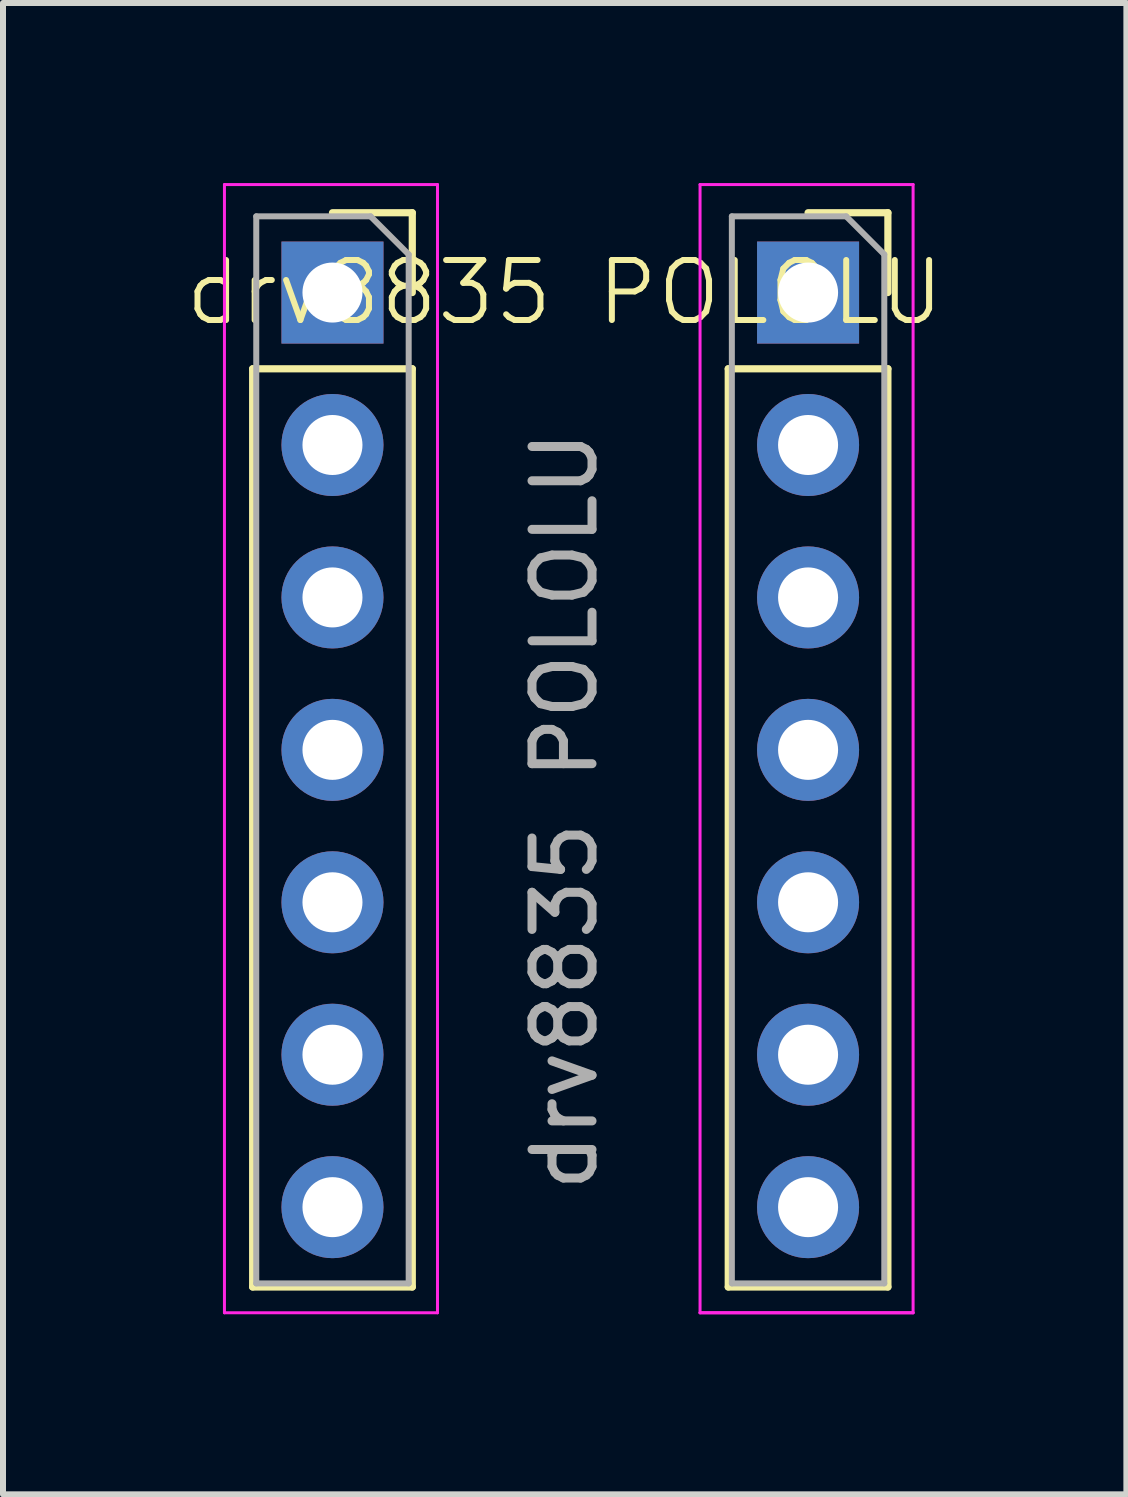
<source format=kicad_pcb>
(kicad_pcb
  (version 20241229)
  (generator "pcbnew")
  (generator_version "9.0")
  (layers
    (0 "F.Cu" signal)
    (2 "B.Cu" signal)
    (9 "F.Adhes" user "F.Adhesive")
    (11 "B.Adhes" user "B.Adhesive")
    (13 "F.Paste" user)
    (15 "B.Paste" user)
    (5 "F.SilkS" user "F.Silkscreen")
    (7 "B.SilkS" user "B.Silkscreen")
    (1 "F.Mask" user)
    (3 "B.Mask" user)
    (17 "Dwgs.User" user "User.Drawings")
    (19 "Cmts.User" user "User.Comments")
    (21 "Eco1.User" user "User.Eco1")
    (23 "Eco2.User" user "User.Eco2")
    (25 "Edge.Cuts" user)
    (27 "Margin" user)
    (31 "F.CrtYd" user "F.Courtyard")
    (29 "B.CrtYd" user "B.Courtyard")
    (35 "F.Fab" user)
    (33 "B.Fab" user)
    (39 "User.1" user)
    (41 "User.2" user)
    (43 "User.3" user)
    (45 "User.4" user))
  (footprint "drv8835 POLOLU"
    (layer "F.Cu")
    (at 6.36 10.461)
    (property "Reference" "drv8835 POLOLU" (at 0 -8.636 0) (unlocked yes) (layer "F.SilkS") (effects (font (size 1 1) (thickness 0.1))))
    (attr through_hole)
    (fp_line (start -5.2 -7.366) (end -5.2 7.934) (stroke (width 0.12) (type solid)) (layer "F.SilkS"))
    (fp_line (start -5.2 -7.366) (end -2.54 -7.366) (stroke (width 0.12) (type solid)) (layer "F.SilkS"))
    (fp_line (start -5.2 7.934) (end -2.54 7.934) (stroke (width 0.12) (type solid)) (layer "F.SilkS"))
    (fp_line (start -3.87 -9.966) (end -2.54 -9.966) (stroke (width 0.12) (type solid)) (layer "F.SilkS"))
    (fp_line (start -2.54 -9.966) (end -2.54 -8.636) (stroke (width 0.12) (type solid)) (layer "F.SilkS"))
    (fp_line (start -2.54 -7.366) (end -2.54 7.934) (stroke (width 0.12) (type solid)) (layer "F.SilkS"))
    (fp_line (start 2.725 -7.366) (end 2.725 7.934) (stroke (width 0.12) (type solid)) (layer "F.SilkS"))
    (fp_line (start 2.725 -7.366) (end 5.385 -7.366) (stroke (width 0.12) (type solid)) (layer "F.SilkS"))
    (fp_line (start 2.725 7.934) (end 5.385 7.934) (stroke (width 0.12) (type solid)) (layer "F.SilkS"))
    (fp_line (start 4.055 -9.966) (end 5.385 -9.966) (stroke (width 0.12) (type solid)) (layer "F.SilkS"))
    (fp_line (start 5.385 -9.966) (end 5.385 -8.636) (stroke (width 0.12) (type solid)) (layer "F.SilkS"))
    (fp_line (start 5.385 -7.366) (end 5.385 7.934) (stroke (width 0.12) (type solid)) (layer "F.SilkS"))
    (fp_line (start -5.67 -10.436) (end -2.12 -10.436) (stroke (width 0.05) (type solid)) (layer "F.CrtYd"))
    (fp_line (start -5.67 8.364) (end -5.67 -10.436) (stroke (width 0.05) (type solid)) (layer "F.CrtYd"))
    (fp_line (start -2.12 -10.436) (end -2.12 8.364) (stroke (width 0.05) (type solid)) (layer "F.CrtYd"))
    (fp_line (start -2.12 8.364) (end -5.67 8.364) (stroke (width 0.05) (type solid)) (layer "F.CrtYd"))
    (fp_line (start 2.255 -10.436) (end 5.805 -10.436) (stroke (width 0.05) (type solid)) (layer "F.CrtYd"))
    (fp_line (start 2.255 8.364) (end 2.255 -10.436) (stroke (width 0.05) (type solid)) (layer "F.CrtYd"))
    (fp_line (start 5.805 -10.436) (end 5.805 8.364) (stroke (width 0.05) (type solid)) (layer "F.CrtYd"))
    (fp_line (start 5.805 8.364) (end 2.255 8.364) (stroke (width 0.05) (type solid)) (layer "F.CrtYd"))
    (fp_line (start 5.805 8.364) (end 2.255 8.364) (stroke (width 0.05) (type solid)) (layer "F.CrtYd"))
    (fp_line (start -5.14 -9.906) (end -3.235 -9.906) (stroke (width 0.1) (type solid)) (layer "F.Fab"))
    (fp_line (start -5.14 7.874) (end -5.14 -9.906) (stroke (width 0.1) (type solid)) (layer "F.Fab"))
    (fp_line (start -3.235 -9.906) (end -2.6 -9.271) (stroke (width 0.1) (type solid)) (layer "F.Fab"))
    (fp_line (start -2.6 -9.271) (end -2.6 7.874) (stroke (width 0.1) (type solid)) (layer "F.Fab"))
    (fp_line (start -2.6 7.874) (end -5.14 7.874) (stroke (width 0.1) (type solid)) (layer "F.Fab"))
    (fp_line (start 2.785 -9.906) (end 4.69 -9.906) (stroke (width 0.1) (type solid)) (layer "F.Fab"))
    (fp_line (start 2.785 7.874) (end 2.785 -9.906) (stroke (width 0.1) (type solid)) (layer "F.Fab"))
    (fp_line (start 4.69 -9.906) (end 5.325 -9.271) (stroke (width 0.1) (type solid)) (layer "F.Fab"))
    (fp_line (start 5.325 -9.271) (end 5.325 7.874) (stroke (width 0.1) (type solid)) (layer "F.Fab"))
    (fp_line (start 5.325 7.874) (end 2.785 7.874) (stroke (width 0.1) (type solid)) (layer "F.Fab"))
    (fp_text user "${REFERENCE}" (at 0 0 90) (unlocked yes) (layer "F.Fab") (effects (font (size 1 1) (thickness 0.15))))
    (pad "1" thru_hole rect (at -3.87 -8.636) (size 1.7 1.7) (drill 1) (layers "*.Cu" "*.Mask"))
    (pad "2" thru_hole oval (at -3.87 -6.096) (size 1.7 1.7) (drill 1) (layers "*.Cu" "*.Mask"))
    (pad "3" thru_hole oval (at -3.87 -3.556) (size 1.7 1.7) (drill 1) (layers "*.Cu" "*.Mask"))
    (pad "4" thru_hole oval (at -3.87 -1.016) (size 1.7 1.7) (drill 1) (layers "*.Cu" "*.Mask"))
    (pad "5" thru_hole oval (at -3.87 1.524) (size 1.7 1.7) (drill 1) (layers "*.Cu" "*.Mask"))
    (pad "6" thru_hole oval (at -3.87 4.064) (size 1.7 1.7) (drill 1) (layers "*.Cu" "*.Mask"))
    (pad "7" thru_hole oval (at -3.87 6.604) (size 1.7 1.7) (drill 1) (layers "*.Cu" "*.Mask"))
    (pad "8" thru_hole rect (at 4.055 -8.636) (size 1.7 1.7) (drill 1) (layers "*.Cu" "*.Mask"))
    (pad "9" thru_hole oval (at 4.055 -6.096) (size 1.7 1.7) (drill 1) (layers "*.Cu" "*.Mask"))
    (pad "10" thru_hole oval (at 4.055 -3.556) (size 1.7 1.7) (drill 1) (layers "*.Cu" "*.Mask"))
    (pad "11" thru_hole oval (at 4.055 -1.016) (size 1.7 1.7) (drill 1) (layers "*.Cu" "*.Mask"))
    (pad "12" thru_hole oval (at 4.055 1.524) (size 1.7 1.7) (drill 1) (layers "*.Cu" "*.Mask"))
    (pad "13" thru_hole oval (at 4.055 4.064) (size 1.7 1.7) (drill 1) (layers "*.Cu" "*.Mask"))
    (pad "14" thru_hole oval (at 4.055 6.604) (size 1.7 1.7) (drill 1) (layers "*.Cu" "*.Mask")))
  (gr_rect
    (start -3 -3)
    (end 15.719 21.85)
    (stroke (width 0.1) (type default))
    (fill no)
    (layer "Edge.Cuts")))
</source>
